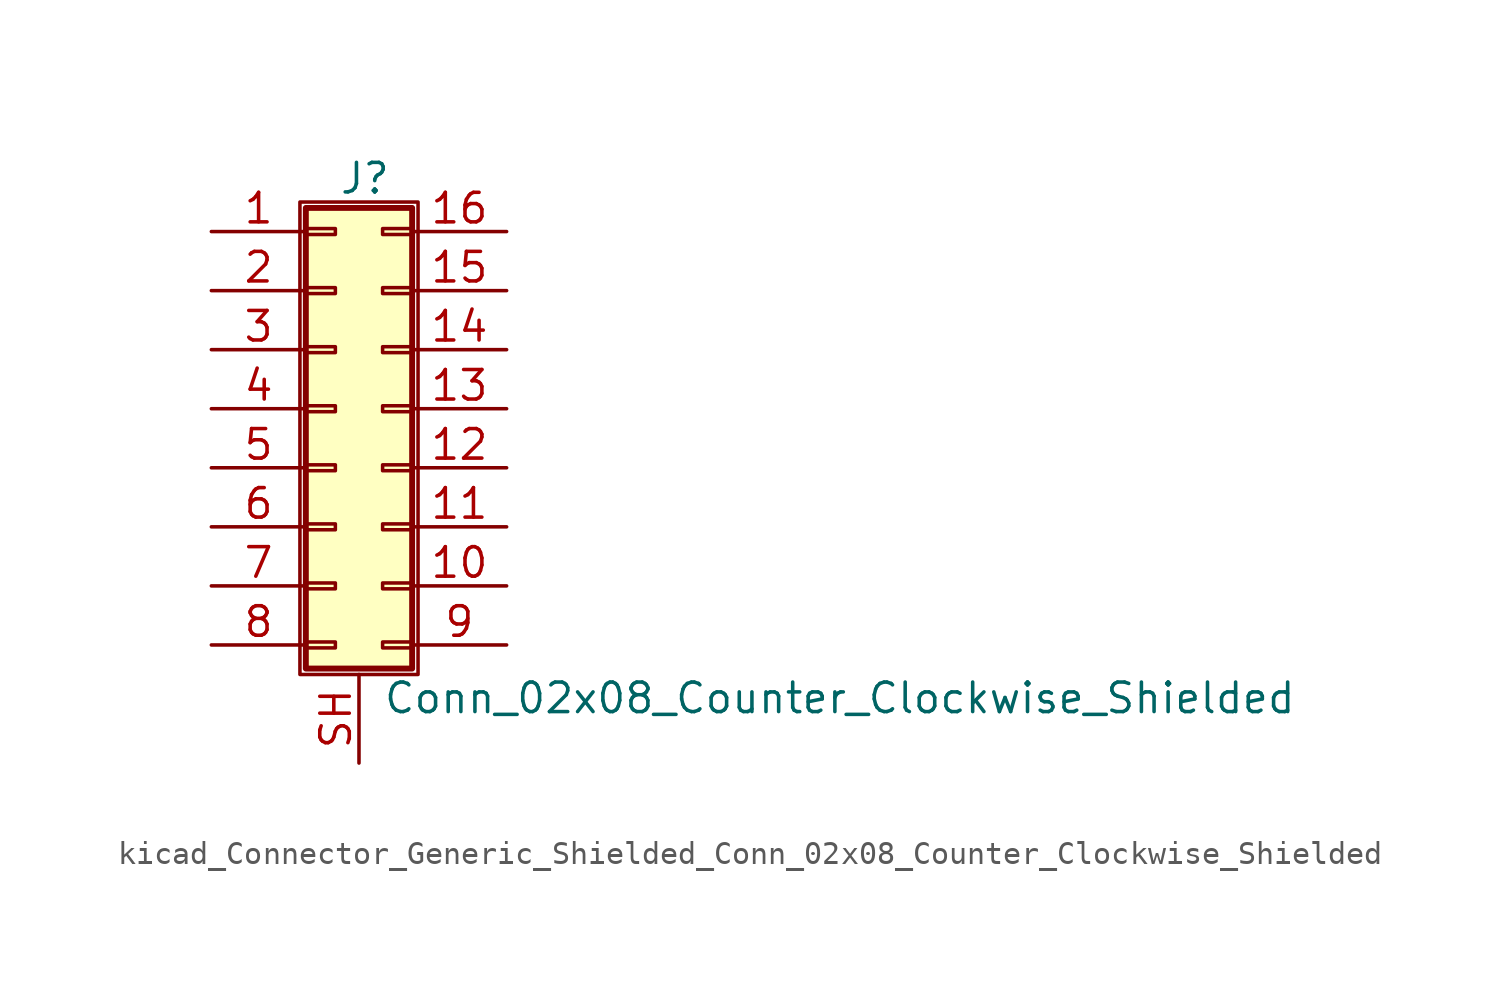
<source format=kicad_sym>
(kicad_symbol_lib
  (version 20220914)
  (generator kicad_symbol_editor)
  (symbol "kicad_Connector_Generic_Shielded_Conn_02x08_Counter_Clockwise_Shielded"
    (pin_names
      (offset 1.016) hide)
    (property "Reference" "J"
      (at 1.524 9.906 0)
      (effects (font (size 1.27 1.27))))
    (property "Value" "Conn_02x08_Counter_Clockwise_Shielded"
      (at 2.286 -12.446 0)
      (effects (font (size 1.27 1.27)) (justify left)))
    (symbol "kicad_Connector_Generic_Shielded_Conn_02x08_Counter_Clockwise_Shielded_1_1"
      (rectangle (start -1.27 8.89) (end 3.81 -11.43) (stroke (width 0.152) (type default)) (fill (type none)))
      (rectangle (start -1.016 -10.033) (end 0.254 -10.287) (stroke (width 0.152) (type default)) (fill (type none)))
      (rectangle (start -1.016 -7.493) (end 0.254 -7.747) (stroke (width 0.152) (type default)) (fill (type none)))
      (rectangle (start -1.016 -4.953) (end 0.254 -5.207) (stroke (width 0.152) (type default)) (fill (type none)))
      (rectangle (start -1.016 -2.413) (end 0.254 -2.667) (stroke (width 0.152) (type default)) (fill (type none)))
      (rectangle (start -1.016 0.127) (end 0.254 -0.127) (stroke (width 0.152) (type default)) (fill (type none)))
      (rectangle (start -1.016 2.667) (end 0.254 2.413) (stroke (width 0.152) (type default)) (fill (type none)))
      (rectangle (start -1.016 5.207) (end 0.254 4.953) (stroke (width 0.152) (type default)) (fill (type none)))
      (rectangle (start -1.016 7.747) (end 0.254 7.493) (stroke (width 0.152) (type default)) (fill (type none)))
      (rectangle (start -1.016 8.636) (end 3.556 -11.176) (stroke (width 0.254) (type default)) (fill (type background)))
      (rectangle (start 3.556 -10.033) (end 2.286 -10.287) (stroke (width 0.152) (type default)) (fill (type none)))
      (rectangle (start 3.556 -7.493) (end 2.286 -7.747) (stroke (width 0.152) (type default)) (fill (type none)))
      (rectangle (start 3.556 -4.953) (end 2.286 -5.207) (stroke (width 0.152) (type default)) (fill (type none)))
      (rectangle (start 3.556 -2.413) (end 2.286 -2.667) (stroke (width 0.152) (type default)) (fill (type none)))
      (rectangle (start 3.556 0.127) (end 2.286 -0.127) (stroke (width 0.152) (type default)) (fill (type none)))
      (rectangle (start 3.556 2.667) (end 2.286 2.413) (stroke (width 0.152) (type default)) (fill (type none)))
      (rectangle (start 3.556 5.207) (end 2.286 4.953) (stroke (width 0.152) (type default)) (fill (type none)))
      (rectangle (start 3.556 7.747) (end 2.286 7.493) (stroke (width 0.152) (type default)) (fill (type none)))
      (pin passive line (at -5.08 7.62 0) (length 4.064) (name "Pin_1" (effects (font (size 1.27 1.27)))) (number "1" (effects (font (size 1.27 1.27)))))
      (pin passive line (at 7.62 -7.62 180) (length 4.064) (name "Pin_10" (effects (font (size 1.27 1.27)))) (number "10" (effects (font (size 1.27 1.27)))))
      (pin passive line (at 7.62 -5.08 180) (length 4.064) (name "Pin_11" (effects (font (size 1.27 1.27)))) (number "11" (effects (font (size 1.27 1.27)))))
      (pin passive line (at 7.62 -2.54 180) (length 4.064) (name "Pin_12" (effects (font (size 1.27 1.27)))) (number "12" (effects (font (size 1.27 1.27)))))
      (pin passive line (at 7.62 0 180) (length 4.064) (name "Pin_13" (effects (font (size 1.27 1.27)))) (number "13" (effects (font (size 1.27 1.27)))))
      (pin passive line (at 7.62 2.54 180) (length 4.064) (name "Pin_14" (effects (font (size 1.27 1.27)))) (number "14" (effects (font (size 1.27 1.27)))))
      (pin passive line (at 7.62 5.08 180) (length 4.064) (name "Pin_15" (effects (font (size 1.27 1.27)))) (number "15" (effects (font (size 1.27 1.27)))))
      (pin passive line (at 7.62 7.62 180) (length 4.064) (name "Pin_16" (effects (font (size 1.27 1.27)))) (number "16" (effects (font (size 1.27 1.27)))))
      (pin passive line (at -5.08 5.08 0) (length 4.064) (name "Pin_2" (effects (font (size 1.27 1.27)))) (number "2" (effects (font (size 1.27 1.27)))))
      (pin passive line (at -5.08 2.54 0) (length 4.064) (name "Pin_3" (effects (font (size 1.27 1.27)))) (number "3" (effects (font (size 1.27 1.27)))))
      (pin passive line (at -5.08 0 0) (length 4.064) (name "Pin_4" (effects (font (size 1.27 1.27)))) (number "4" (effects (font (size 1.27 1.27)))))
      (pin passive line (at -5.08 -2.54 0) (length 4.064) (name "Pin_5" (effects (font (size 1.27 1.27)))) (number "5" (effects (font (size 1.27 1.27)))))
      (pin passive line (at -5.08 -5.08 0) (length 4.064) (name "Pin_6" (effects (font (size 1.27 1.27)))) (number "6" (effects (font (size 1.27 1.27)))))
      (pin passive line (at -5.08 -7.62 0) (length 4.064) (name "Pin_7" (effects (font (size 1.27 1.27)))) (number "7" (effects (font (size 1.27 1.27)))))
      (pin passive line (at -5.08 -10.16 0) (length 4.064) (name "Pin_8" (effects (font (size 1.27 1.27)))) (number "8" (effects (font (size 1.27 1.27)))))
      (pin passive line (at 7.62 -10.16 180) (length 4.064) (name "Pin_9" (effects (font (size 1.27 1.27)))) (number "9" (effects (font (size 1.27 1.27)))))
      (pin passive line (at 1.27 -15.24 90) (length 3.81) (name "Shield" (effects (font (size 1.27 1.27)))) (number "SH" (effects (font (size 1.27 1.27))))))))
</source>
